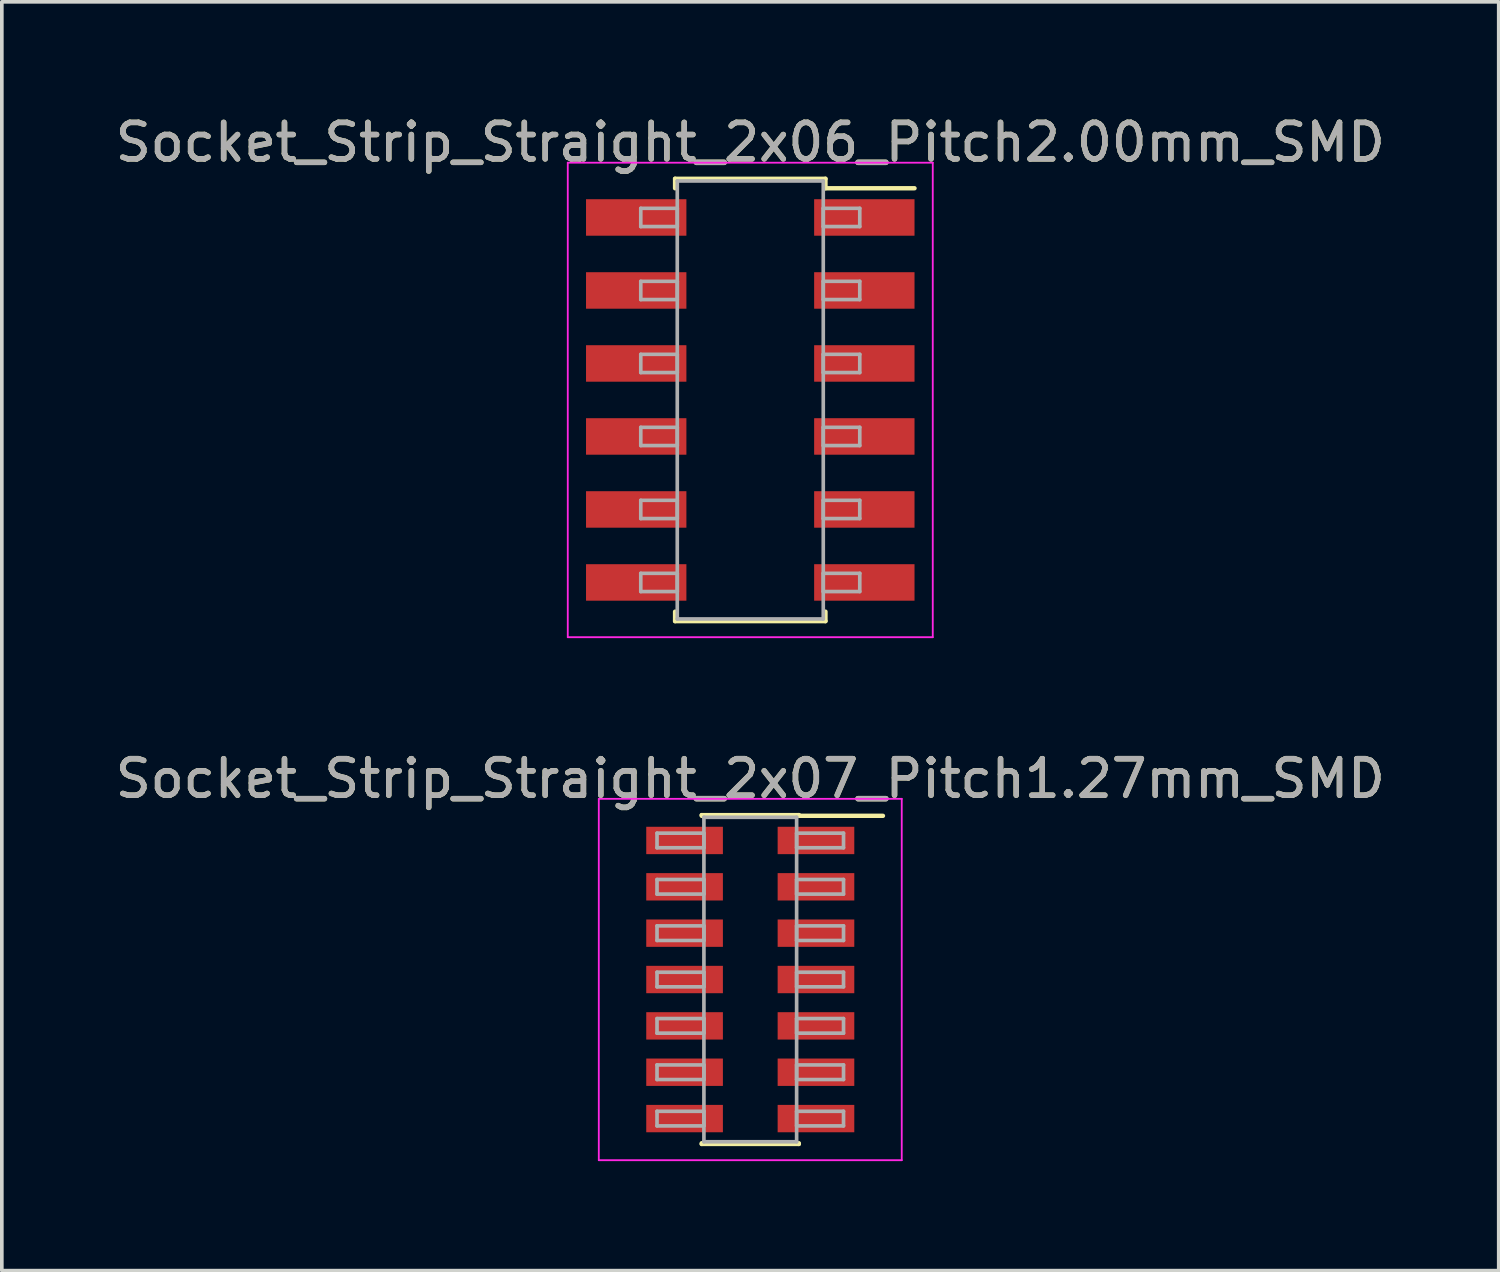
<source format=kicad_pcb>
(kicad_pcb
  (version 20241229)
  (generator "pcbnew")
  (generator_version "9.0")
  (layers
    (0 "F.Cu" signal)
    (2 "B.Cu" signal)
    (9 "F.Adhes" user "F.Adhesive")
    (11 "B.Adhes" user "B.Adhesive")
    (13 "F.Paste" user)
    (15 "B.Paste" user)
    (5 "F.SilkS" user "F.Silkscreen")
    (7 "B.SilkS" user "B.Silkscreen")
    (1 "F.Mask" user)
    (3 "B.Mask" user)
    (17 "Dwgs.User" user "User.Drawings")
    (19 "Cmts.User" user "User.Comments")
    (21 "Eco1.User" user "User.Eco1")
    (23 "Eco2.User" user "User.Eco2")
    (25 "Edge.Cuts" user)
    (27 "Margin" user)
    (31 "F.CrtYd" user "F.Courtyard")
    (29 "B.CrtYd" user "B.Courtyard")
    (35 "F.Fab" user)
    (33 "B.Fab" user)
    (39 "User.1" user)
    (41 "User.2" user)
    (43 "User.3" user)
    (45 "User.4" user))
  (footprint "Socket_Strip_Straight_2x06_Pitch2.00mm_SMD"
    (layer "F.Cu")
    (at 17.506 7.908)
    (property "Reference" "Socket_Strip_Straight_2x06_Pitch2.00mm_SMD" (at 0 -7.06 0) (layer "F.SilkS") (effects (font (size 1 1) (thickness 0.15))))
    (attr smd)
    (fp_line (start -2.06 -6.06) (end 2.06 -6.06) (stroke (width 0.12) (type solid)) (layer "F.SilkS"))
    (fp_line (start -2.06 -5.8) (end -2.06 -6.06) (stroke (width 0.12) (type solid)) (layer "F.SilkS"))
    (fp_line (start -2.06 5.8) (end -2.06 6.06) (stroke (width 0.12) (type solid)) (layer "F.SilkS"))
    (fp_line (start -2.06 6.06) (end 2.06 6.06) (stroke (width 0.12) (type solid)) (layer "F.SilkS"))
    (fp_line (start 2.06 -6.06) (end 2.06 -5.8) (stroke (width 0.12) (type solid)) (layer "F.SilkS"))
    (fp_line (start 2.06 6.06) (end 2.06 5.8) (stroke (width 0.12) (type solid)) (layer "F.SilkS"))
    (fp_line (start 4.5 -5.8) (end 2.06 -5.8) (stroke (width 0.12) (type solid)) (layer "F.SilkS"))
    (fp_line (start -5 -6.5) (end -5 6.5) (stroke (width 0.05) (type solid)) (layer "F.CrtYd"))
    (fp_line (start -5 6.5) (end 5 6.5) (stroke (width 0.05) (type solid)) (layer "F.CrtYd"))
    (fp_line (start 5 -6.5) (end -5 -6.5) (stroke (width 0.05) (type solid)) (layer "F.CrtYd"))
    (fp_line (start 5 6.5) (end 5 -6.5) (stroke (width 0.05) (type solid)) (layer "F.CrtYd"))
    (fp_line (start -3 -5.25) (end -2 -5.25) (stroke (width 0.1) (type solid)) (layer "F.Fab"))
    (fp_line (start -3 -4.75) (end -3 -5.25) (stroke (width 0.1) (type solid)) (layer "F.Fab"))
    (fp_line (start -3 -3.25) (end -2 -3.25) (stroke (width 0.1) (type solid)) (layer "F.Fab"))
    (fp_line (start -3 -2.75) (end -3 -3.25) (stroke (width 0.1) (type solid)) (layer "F.Fab"))
    (fp_line (start -3 -1.25) (end -2 -1.25) (stroke (width 0.1) (type solid)) (layer "F.Fab"))
    (fp_line (start -3 -0.75) (end -3 -1.25) (stroke (width 0.1) (type solid)) (layer "F.Fab"))
    (fp_line (start -3 0.75) (end -2 0.75) (stroke (width 0.1) (type solid)) (layer "F.Fab"))
    (fp_line (start -3 1.25) (end -3 0.75) (stroke (width 0.1) (type solid)) (layer "F.Fab"))
    (fp_line (start -3 2.75) (end -2 2.75) (stroke (width 0.1) (type solid)) (layer "F.Fab"))
    (fp_line (start -3 3.25) (end -3 2.75) (stroke (width 0.1) (type solid)) (layer "F.Fab"))
    (fp_line (start -3 4.75) (end -2 4.75) (stroke (width 0.1) (type solid)) (layer "F.Fab"))
    (fp_line (start -3 5.25) (end -3 4.75) (stroke (width 0.1) (type solid)) (layer "F.Fab"))
    (fp_line (start -2 -6) (end -2 6) (stroke (width 0.1) (type solid)) (layer "F.Fab"))
    (fp_line (start -2 -5.25) (end -2 -4.75) (stroke (width 0.1) (type solid)) (layer "F.Fab"))
    (fp_line (start -2 -4.75) (end -3 -4.75) (stroke (width 0.1) (type solid)) (layer "F.Fab"))
    (fp_line (start -2 -3.25) (end -2 -2.75) (stroke (width 0.1) (type solid)) (layer "F.Fab"))
    (fp_line (start -2 -2.75) (end -3 -2.75) (stroke (width 0.1) (type solid)) (layer "F.Fab"))
    (fp_line (start -2 -1.25) (end -2 -0.75) (stroke (width 0.1) (type solid)) (layer "F.Fab"))
    (fp_line (start -2 -0.75) (end -3 -0.75) (stroke (width 0.1) (type solid)) (layer "F.Fab"))
    (fp_line (start -2 0.75) (end -2 1.25) (stroke (width 0.1) (type solid)) (layer "F.Fab"))
    (fp_line (start -2 1.25) (end -3 1.25) (stroke (width 0.1) (type solid)) (layer "F.Fab"))
    (fp_line (start -2 2.75) (end -2 3.25) (stroke (width 0.1) (type solid)) (layer "F.Fab"))
    (fp_line (start -2 3.25) (end -3 3.25) (stroke (width 0.1) (type solid)) (layer "F.Fab"))
    (fp_line (start -2 4.75) (end -2 5.25) (stroke (width 0.1) (type solid)) (layer "F.Fab"))
    (fp_line (start -2 5.25) (end -3 5.25) (stroke (width 0.1) (type solid)) (layer "F.Fab"))
    (fp_line (start -2 6) (end 2 6) (stroke (width 0.1) (type solid)) (layer "F.Fab"))
    (fp_line (start 2 -6) (end -2 -6) (stroke (width 0.1) (type solid)) (layer "F.Fab"))
    (fp_line (start 2 -5.25) (end 2 -4.75) (stroke (width 0.1) (type solid)) (layer "F.Fab"))
    (fp_line (start 2 -4.75) (end 3 -4.75) (stroke (width 0.1) (type solid)) (layer "F.Fab"))
    (fp_line (start 2 -3.25) (end 2 -2.75) (stroke (width 0.1) (type solid)) (layer "F.Fab"))
    (fp_line (start 2 -2.75) (end 3 -2.75) (stroke (width 0.1) (type solid)) (layer "F.Fab"))
    (fp_line (start 2 -1.25) (end 2 -0.75) (stroke (width 0.1) (type solid)) (layer "F.Fab"))
    (fp_line (start 2 -0.75) (end 3 -0.75) (stroke (width 0.1) (type solid)) (layer "F.Fab"))
    (fp_line (start 2 0.75) (end 2 1.25) (stroke (width 0.1) (type solid)) (layer "F.Fab"))
    (fp_line (start 2 1.25) (end 3 1.25) (stroke (width 0.1) (type solid)) (layer "F.Fab"))
    (fp_line (start 2 2.75) (end 2 3.25) (stroke (width 0.1) (type solid)) (layer "F.Fab"))
    (fp_line (start 2 3.25) (end 3 3.25) (stroke (width 0.1) (type solid)) (layer "F.Fab"))
    (fp_line (start 2 4.75) (end 2 5.25) (stroke (width 0.1) (type solid)) (layer "F.Fab"))
    (fp_line (start 2 5.25) (end 3 5.25) (stroke (width 0.1) (type solid)) (layer "F.Fab"))
    (fp_line (start 2 6) (end 2 -6) (stroke (width 0.1) (type solid)) (layer "F.Fab"))
    (fp_line (start 3 -5.25) (end 2 -5.25) (stroke (width 0.1) (type solid)) (layer "F.Fab"))
    (fp_line (start 3 -4.75) (end 3 -5.25) (stroke (width 0.1) (type solid)) (layer "F.Fab"))
    (fp_line (start 3 -3.25) (end 2 -3.25) (stroke (width 0.1) (type solid)) (layer "F.Fab"))
    (fp_line (start 3 -2.75) (end 3 -3.25) (stroke (width 0.1) (type solid)) (layer "F.Fab"))
    (fp_line (start 3 -1.25) (end 2 -1.25) (stroke (width 0.1) (type solid)) (layer "F.Fab"))
    (fp_line (start 3 -0.75) (end 3 -1.25) (stroke (width 0.1) (type solid)) (layer "F.Fab"))
    (fp_line (start 3 0.75) (end 2 0.75) (stroke (width 0.1) (type solid)) (layer "F.Fab"))
    (fp_line (start 3 1.25) (end 3 0.75) (stroke (width 0.1) (type solid)) (layer "F.Fab"))
    (fp_line (start 3 2.75) (end 2 2.75) (stroke (width 0.1) (type solid)) (layer "F.Fab"))
    (fp_line (start 3 3.25) (end 3 2.75) (stroke (width 0.1) (type solid)) (layer "F.Fab"))
    (fp_line (start 3 4.75) (end 2 4.75) (stroke (width 0.1) (type solid)) (layer "F.Fab"))
    (fp_line (start 3 5.25) (end 3 4.75) (stroke (width 0.1) (type solid)) (layer "F.Fab"))
    (fp_text user "${REFERENCE}" (at 0 -7.06 0) (layer "F.Fab") (effects (font (size 1 1) (thickness 0.15))))
    (pad "1" smd rect (at 3.125 -5) (size 2.75 1) (layers "F.Cu" "F.Mask" "F.Paste"))
    (pad "2" smd rect (at -3.125 -5) (size 2.75 1) (layers "F.Cu" "F.Mask" "F.Paste"))
    (pad "3" smd rect (at 3.125 -3) (size 2.75 1) (layers "F.Cu" "F.Mask" "F.Paste"))
    (pad "4" smd rect (at -3.125 -3) (size 2.75 1) (layers "F.Cu" "F.Mask" "F.Paste"))
    (pad "5" smd rect (at 3.125 -1) (size 2.75 1) (layers "F.Cu" "F.Mask" "F.Paste"))
    (pad "6" smd rect (at -3.125 -1) (size 2.75 1) (layers "F.Cu" "F.Mask" "F.Paste"))
    (pad "7" smd rect (at 3.125 1) (size 2.75 1) (layers "F.Cu" "F.Mask" "F.Paste"))
    (pad "8" smd rect (at -3.125 1) (size 2.75 1) (layers "F.Cu" "F.Mask" "F.Paste"))
    (pad "9" smd rect (at 3.125 3) (size 2.75 1) (layers "F.Cu" "F.Mask" "F.Paste"))
    (pad "10" smd rect (at -3.125 3) (size 2.75 1) (layers "F.Cu" "F.Mask" "F.Paste"))
    (pad "11" smd rect (at 3.125 5) (size 2.75 1) (layers "F.Cu" "F.Mask" "F.Paste"))
    (pad "12" smd rect (at -3.125 5) (size 2.75 1) (layers "F.Cu" "F.Mask" "F.Paste")))
  (footprint "Socket_Strip_Straight_2x07_Pitch1.27mm_SMD"
    (layer "F.Cu")
    (at 17.506 23.787)
    (property "Reference" "Socket_Strip_Straight_2x07_Pitch1.27mm_SMD" (at 0 -5.505 0) (layer "F.SilkS") (effects (font (size 1 1) (thickness 0.15))))
    (attr smd)
    (fp_line (start -1.33 -4.505) (end 1.33 -4.505) (stroke (width 0.12) (type solid)) (layer "F.SilkS"))
    (fp_line (start -1.33 -4.485) (end -1.33 -4.505) (stroke (width 0.12) (type solid)) (layer "F.SilkS"))
    (fp_line (start -1.33 4.485) (end -1.33 4.505) (stroke (width 0.12) (type solid)) (layer "F.SilkS"))
    (fp_line (start -1.33 4.505) (end 1.33 4.505) (stroke (width 0.12) (type solid)) (layer "F.SilkS"))
    (fp_line (start 1.33 -4.505) (end 1.33 -4.485) (stroke (width 0.12) (type solid)) (layer "F.SilkS"))
    (fp_line (start 1.33 4.505) (end 1.33 4.485) (stroke (width 0.12) (type solid)) (layer "F.SilkS"))
    (fp_line (start 3.635 -4.485) (end 1.33 -4.485) (stroke (width 0.12) (type solid)) (layer "F.SilkS"))
    (fp_line (start -4.15 -4.95) (end -4.15 4.95) (stroke (width 0.05) (type solid)) (layer "F.CrtYd"))
    (fp_line (start -4.15 4.95) (end 4.15 4.95) (stroke (width 0.05) (type solid)) (layer "F.CrtYd"))
    (fp_line (start 4.15 -4.95) (end -4.15 -4.95) (stroke (width 0.05) (type solid)) (layer "F.CrtYd"))
    (fp_line (start 4.15 4.95) (end 4.15 -4.95) (stroke (width 0.05) (type solid)) (layer "F.CrtYd"))
    (fp_line (start -2.555 -4.01) (end -1.27 -4.01) (stroke (width 0.1) (type solid)) (layer "F.Fab"))
    (fp_line (start -2.555 -3.61) (end -2.555 -4.01) (stroke (width 0.1) (type solid)) (layer "F.Fab"))
    (fp_line (start -2.555 -2.74) (end -1.27 -2.74) (stroke (width 0.1) (type solid)) (layer "F.Fab"))
    (fp_line (start -2.555 -2.34) (end -2.555 -2.74) (stroke (width 0.1) (type solid)) (layer "F.Fab"))
    (fp_line (start -2.555 -1.47) (end -1.27 -1.47) (stroke (width 0.1) (type solid)) (layer "F.Fab"))
    (fp_line (start -2.555 -1.07) (end -2.555 -1.47) (stroke (width 0.1) (type solid)) (layer "F.Fab"))
    (fp_line (start -2.555 -0.2) (end -1.27 -0.2) (stroke (width 0.1) (type solid)) (layer "F.Fab"))
    (fp_line (start -2.555 0.2) (end -2.555 -0.2) (stroke (width 0.1) (type solid)) (layer "F.Fab"))
    (fp_line (start -2.555 1.07) (end -1.27 1.07) (stroke (width 0.1) (type solid)) (layer "F.Fab"))
    (fp_line (start -2.555 1.47) (end -2.555 1.07) (stroke (width 0.1) (type solid)) (layer "F.Fab"))
    (fp_line (start -2.555 2.34) (end -1.27 2.34) (stroke (width 0.1) (type solid)) (layer "F.Fab"))
    (fp_line (start -2.555 2.74) (end -2.555 2.34) (stroke (width 0.1) (type solid)) (layer "F.Fab"))
    (fp_line (start -2.555 3.61) (end -1.27 3.61) (stroke (width 0.1) (type solid)) (layer "F.Fab"))
    (fp_line (start -2.555 4.01) (end -2.555 3.61) (stroke (width 0.1) (type solid)) (layer "F.Fab"))
    (fp_line (start -1.27 -4.445) (end -1.27 4.445) (stroke (width 0.1) (type solid)) (layer "F.Fab"))
    (fp_line (start -1.27 -4.01) (end -1.27 -3.61) (stroke (width 0.1) (type solid)) (layer "F.Fab"))
    (fp_line (start -1.27 -3.61) (end -2.555 -3.61) (stroke (width 0.1) (type solid)) (layer "F.Fab"))
    (fp_line (start -1.27 -2.74) (end -1.27 -2.34) (stroke (width 0.1) (type solid)) (layer "F.Fab"))
    (fp_line (start -1.27 -2.34) (end -2.555 -2.34) (stroke (width 0.1) (type solid)) (layer "F.Fab"))
    (fp_line (start -1.27 -1.47) (end -1.27 -1.07) (stroke (width 0.1) (type solid)) (layer "F.Fab"))
    (fp_line (start -1.27 -1.07) (end -2.555 -1.07) (stroke (width 0.1) (type solid)) (layer "F.Fab"))
    (fp_line (start -1.27 -0.2) (end -1.27 0.2) (stroke (width 0.1) (type solid)) (layer "F.Fab"))
    (fp_line (start -1.27 0.2) (end -2.555 0.2) (stroke (width 0.1) (type solid)) (layer "F.Fab"))
    (fp_line (start -1.27 1.07) (end -1.27 1.47) (stroke (width 0.1) (type solid)) (layer "F.Fab"))
    (fp_line (start -1.27 1.47) (end -2.555 1.47) (stroke (width 0.1) (type solid)) (layer "F.Fab"))
    (fp_line (start -1.27 2.34) (end -1.27 2.74) (stroke (width 0.1) (type solid)) (layer "F.Fab"))
    (fp_line (start -1.27 2.74) (end -2.555 2.74) (stroke (width 0.1) (type solid)) (layer "F.Fab"))
    (fp_line (start -1.27 3.61) (end -1.27 4.01) (stroke (width 0.1) (type solid)) (layer "F.Fab"))
    (fp_line (start -1.27 4.01) (end -2.555 4.01) (stroke (width 0.1) (type solid)) (layer "F.Fab"))
    (fp_line (start -1.27 4.445) (end 1.27 4.445) (stroke (width 0.1) (type solid)) (layer "F.Fab"))
    (fp_line (start 1.27 -4.445) (end -1.27 -4.445) (stroke (width 0.1) (type solid)) (layer "F.Fab"))
    (fp_line (start 1.27 -4.01) (end 1.27 -3.61) (stroke (width 0.1) (type solid)) (layer "F.Fab"))
    (fp_line (start 1.27 -3.61) (end 2.555 -3.61) (stroke (width 0.1) (type solid)) (layer "F.Fab"))
    (fp_line (start 1.27 -2.74) (end 1.27 -2.34) (stroke (width 0.1) (type solid)) (layer "F.Fab"))
    (fp_line (start 1.27 -2.34) (end 2.555 -2.34) (stroke (width 0.1) (type solid)) (layer "F.Fab"))
    (fp_line (start 1.27 -1.47) (end 1.27 -1.07) (stroke (width 0.1) (type solid)) (layer "F.Fab"))
    (fp_line (start 1.27 -1.07) (end 2.555 -1.07) (stroke (width 0.1) (type solid)) (layer "F.Fab"))
    (fp_line (start 1.27 -0.2) (end 1.27 0.2) (stroke (width 0.1) (type solid)) (layer "F.Fab"))
    (fp_line (start 1.27 0.2) (end 2.555 0.2) (stroke (width 0.1) (type solid)) (layer "F.Fab"))
    (fp_line (start 1.27 1.07) (end 1.27 1.47) (stroke (width 0.1) (type solid)) (layer "F.Fab"))
    (fp_line (start 1.27 1.47) (end 2.555 1.47) (stroke (width 0.1) (type solid)) (layer "F.Fab"))
    (fp_line (start 1.27 2.34) (end 1.27 2.74) (stroke (width 0.1) (type solid)) (layer "F.Fab"))
    (fp_line (start 1.27 2.74) (end 2.555 2.74) (stroke (width 0.1) (type solid)) (layer "F.Fab"))
    (fp_line (start 1.27 3.61) (end 1.27 4.01) (stroke (width 0.1) (type solid)) (layer "F.Fab"))
    (fp_line (start 1.27 4.01) (end 2.555 4.01) (stroke (width 0.1) (type solid)) (layer "F.Fab"))
    (fp_line (start 1.27 4.445) (end 1.27 -4.445) (stroke (width 0.1) (type solid)) (layer "F.Fab"))
    (fp_line (start 2.555 -4.01) (end 1.27 -4.01) (stroke (width 0.1) (type solid)) (layer "F.Fab"))
    (fp_line (start 2.555 -3.61) (end 2.555 -4.01) (stroke (width 0.1) (type solid)) (layer "F.Fab"))
    (fp_line (start 2.555 -2.74) (end 1.27 -2.74) (stroke (width 0.1) (type solid)) (layer "F.Fab"))
    (fp_line (start 2.555 -2.34) (end 2.555 -2.74) (stroke (width 0.1) (type solid)) (layer "F.Fab"))
    (fp_line (start 2.555 -1.47) (end 1.27 -1.47) (stroke (width 0.1) (type solid)) (layer "F.Fab"))
    (fp_line (start 2.555 -1.07) (end 2.555 -1.47) (stroke (width 0.1) (type solid)) (layer "F.Fab"))
    (fp_line (start 2.555 -0.2) (end 1.27 -0.2) (stroke (width 0.1) (type solid)) (layer "F.Fab"))
    (fp_line (start 2.555 0.2) (end 2.555 -0.2) (stroke (width 0.1) (type solid)) (layer "F.Fab"))
    (fp_line (start 2.555 1.07) (end 1.27 1.07) (stroke (width 0.1) (type solid)) (layer "F.Fab"))
    (fp_line (start 2.555 1.47) (end 2.555 1.07) (stroke (width 0.1) (type solid)) (layer "F.Fab"))
    (fp_line (start 2.555 2.34) (end 1.27 2.34) (stroke (width 0.1) (type solid)) (layer "F.Fab"))
    (fp_line (start 2.555 2.74) (end 2.555 2.34) (stroke (width 0.1) (type solid)) (layer "F.Fab"))
    (fp_line (start 2.555 3.61) (end 1.27 3.61) (stroke (width 0.1) (type solid)) (layer "F.Fab"))
    (fp_line (start 2.555 4.01) (end 2.555 3.61) (stroke (width 0.1) (type solid)) (layer "F.Fab"))
    (fp_text user "${REFERENCE}" (at 0 -5.505 0) (layer "F.Fab") (effects (font (size 1 1) (thickness 0.15))))
    (pad "1" smd rect (at 1.8 -3.81) (size 2.1 0.75) (layers "F.Cu" "F.Mask" "F.Paste"))
    (pad "2" smd rect (at -1.8 -3.81) (size 2.1 0.75) (layers "F.Cu" "F.Mask" "F.Paste"))
    (pad "3" smd rect (at 1.8 -2.54) (size 2.1 0.75) (layers "F.Cu" "F.Mask" "F.Paste"))
    (pad "4" smd rect (at -1.8 -2.54) (size 2.1 0.75) (layers "F.Cu" "F.Mask" "F.Paste"))
    (pad "5" smd rect (at 1.8 -1.27) (size 2.1 0.75) (layers "F.Cu" "F.Mask" "F.Paste"))
    (pad "6" smd rect (at -1.8 -1.27) (size 2.1 0.75) (layers "F.Cu" "F.Mask" "F.Paste"))
    (pad "7" smd rect (at 1.8 0) (size 2.1 0.75) (layers "F.Cu" "F.Mask" "F.Paste"))
    (pad "8" smd rect (at -1.8 0) (size 2.1 0.75) (layers "F.Cu" "F.Mask" "F.Paste"))
    (pad "9" smd rect (at 1.8 1.27) (size 2.1 0.75) (layers "F.Cu" "F.Mask" "F.Paste"))
    (pad "10" smd rect (at -1.8 1.27) (size 2.1 0.75) (layers "F.Cu" "F.Mask" "F.Paste"))
    (pad "11" smd rect (at 1.8 2.54) (size 2.1 0.75) (layers "F.Cu" "F.Mask" "F.Paste"))
    (pad "12" smd rect (at -1.8 2.54) (size 2.1 0.75) (layers "F.Cu" "F.Mask" "F.Paste"))
    (pad "13" smd rect (at 1.8 3.81) (size 2.1 0.75) (layers "F.Cu" "F.Mask" "F.Paste"))
    (pad "14" smd rect (at -1.8 3.81) (size 2.1 0.75) (layers "F.Cu" "F.Mask" "F.Paste")))
  (gr_rect
    (start -3 -3)
    (end 38.012 31.762)
    (stroke (width 0.1) (type default))
    (fill no)
    (layer "Edge.Cuts")))
</source>
